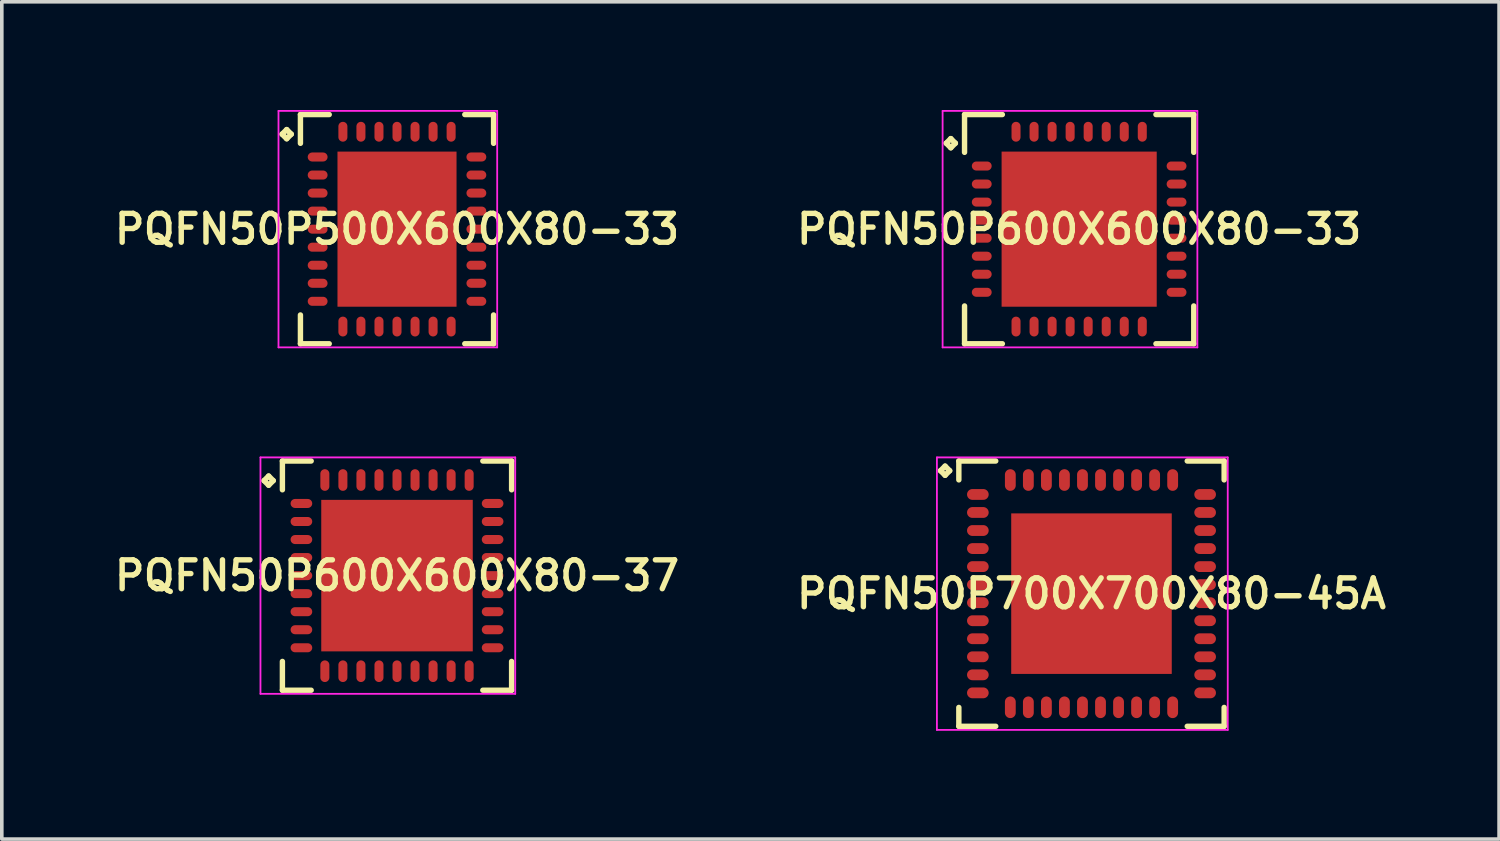
<source format=kicad_pcb>
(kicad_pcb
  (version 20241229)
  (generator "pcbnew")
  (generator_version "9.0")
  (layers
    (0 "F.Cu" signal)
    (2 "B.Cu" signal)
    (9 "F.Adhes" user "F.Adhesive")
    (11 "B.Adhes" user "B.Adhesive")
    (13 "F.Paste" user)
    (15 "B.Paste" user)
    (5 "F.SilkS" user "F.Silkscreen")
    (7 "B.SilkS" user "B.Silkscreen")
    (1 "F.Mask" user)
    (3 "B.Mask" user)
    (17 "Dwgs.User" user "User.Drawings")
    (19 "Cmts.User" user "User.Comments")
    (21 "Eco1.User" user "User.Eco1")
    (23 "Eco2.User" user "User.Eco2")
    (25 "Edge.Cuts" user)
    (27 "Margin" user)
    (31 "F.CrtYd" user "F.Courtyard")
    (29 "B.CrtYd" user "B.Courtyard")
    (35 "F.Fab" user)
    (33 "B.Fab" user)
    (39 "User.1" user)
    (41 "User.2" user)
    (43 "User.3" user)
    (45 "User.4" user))
  (footprint "PQFN50P600X600X80-33"
    (layer "F.Cu")
    (at 26.864 3.302)
    (property "Reference" "PQFN50P600X600X80-33" (at 0 0 0) (layer "F.SilkS") (effects (font (size 0.8 0.8) (thickness 0.15))))
    (attr smd)
    (fp_line (start -3.685 -2.383) (end -3.558 -2.51) (stroke (width 0.15) (type solid)) (layer "F.SilkS"))
    (fp_line (start -3.558 -2.51) (end -3.431 -2.383) (stroke (width 0.15) (type solid)) (layer "F.SilkS"))
    (fp_line (start -3.558 -2.256) (end -3.685 -2.383) (stroke (width 0.15) (type solid)) (layer "F.SilkS"))
    (fp_line (start -3.431 -2.383) (end -3.558 -2.256) (stroke (width 0.15) (type solid)) (layer "F.SilkS"))
    (fp_line (start -3.177 -3.177) (end -2.129 -3.177) (stroke (width 0.15) (type solid)) (layer "F.SilkS"))
    (fp_line (start -3.177 -2.129) (end -3.177 -3.177) (stroke (width 0.15) (type solid)) (layer "F.SilkS"))
    (fp_line (start -3.177 2.129) (end -3.177 3.177) (stroke (width 0.15) (type solid)) (layer "F.SilkS"))
    (fp_line (start -3.177 3.177) (end -2.129 3.177) (stroke (width 0.15) (type solid)) (layer "F.SilkS"))
    (fp_line (start 2.129 -3.177) (end 3.177 -3.177) (stroke (width 0.15) (type solid)) (layer "F.SilkS"))
    (fp_line (start 2.129 3.177) (end 3.177 3.177) (stroke (width 0.15) (type solid)) (layer "F.SilkS"))
    (fp_line (start 3.177 -3.177) (end 3.177 -2.129) (stroke (width 0.15) (type solid)) (layer "F.SilkS"))
    (fp_line (start 3.177 3.177) (end 3.177 2.129) (stroke (width 0.15) (type solid)) (layer "F.SilkS"))
    (fp_line (start -3.785 -3.277) (end 3.277 -3.277) (stroke (width 0.05) (type solid)) (layer "F.CrtYd"))
    (fp_line (start -3.785 3.277) (end -3.785 -3.277) (stroke (width 0.05) (type solid)) (layer "F.CrtYd"))
    (fp_line (start 3.277 -3.277) (end 3.277 3.277) (stroke (width 0.05) (type solid)) (layer "F.CrtYd"))
    (fp_line (start 3.277 3.277) (end -3.785 3.277) (stroke (width 0.05) (type solid)) (layer "F.CrtYd"))
    (pad "1" smd oval (at -2.7 -1.75) (size 0.55 0.25) (layers "F.Cu" "F.Mask" "F.Paste"))
    (pad "2" smd oval (at -2.7 -1.25) (size 0.55 0.25) (layers "F.Cu" "F.Mask" "F.Paste"))
    (pad "3" smd oval (at -2.7 -0.75) (size 0.55 0.25) (layers "F.Cu" "F.Mask" "F.Paste"))
    (pad "4" smd oval (at -2.7 -0.25) (size 0.55 0.25) (layers "F.Cu" "F.Mask" "F.Paste"))
    (pad "5" smd oval (at -2.7 0.25) (size 0.55 0.25) (layers "F.Cu" "F.Mask" "F.Paste"))
    (pad "6" smd oval (at -2.7 0.75) (size 0.55 0.25) (layers "F.Cu" "F.Mask" "F.Paste"))
    (pad "7" smd oval (at -2.7 1.25) (size 0.55 0.25) (layers "F.Cu" "F.Mask" "F.Paste"))
    (pad "8" smd oval (at -2.7 1.75) (size 0.55 0.25) (layers "F.Cu" "F.Mask" "F.Paste"))
    (pad "9" smd oval (at -1.75 2.7) (size 0.25 0.55) (layers "F.Cu" "F.Mask" "F.Paste"))
    (pad "10" smd oval (at -1.25 2.7) (size 0.25 0.55) (layers "F.Cu" "F.Mask" "F.Paste"))
    (pad "11" smd oval (at -0.75 2.7) (size 0.25 0.55) (layers "F.Cu" "F.Mask" "F.Paste"))
    (pad "12" smd oval (at -0.25 2.7) (size 0.25 0.55) (layers "F.Cu" "F.Mask" "F.Paste"))
    (pad "13" smd oval (at 0.25 2.7) (size 0.25 0.55) (layers "F.Cu" "F.Mask" "F.Paste"))
    (pad "14" smd oval (at 0.75 2.7) (size 0.25 0.55) (layers "F.Cu" "F.Mask" "F.Paste"))
    (pad "15" smd oval (at 1.25 2.7) (size 0.25 0.55) (layers "F.Cu" "F.Mask" "F.Paste"))
    (pad "16" smd oval (at 1.75 2.7) (size 0.25 0.55) (layers "F.Cu" "F.Mask" "F.Paste"))
    (pad "17" smd oval (at 2.7 1.75) (size 0.55 0.25) (layers "F.Cu" "F.Mask" "F.Paste"))
    (pad "18" smd oval (at 2.7 1.25) (size 0.55 0.25) (layers "F.Cu" "F.Mask" "F.Paste"))
    (pad "19" smd oval (at 2.7 0.75) (size 0.55 0.25) (layers "F.Cu" "F.Mask" "F.Paste"))
    (pad "20" smd oval (at 2.7 0.25) (size 0.55 0.25) (layers "F.Cu" "F.Mask" "F.Paste"))
    (pad "21" smd oval (at 2.7 -0.25) (size 0.55 0.25) (layers "F.Cu" "F.Mask" "F.Paste"))
    (pad "22" smd oval (at 2.7 -0.75) (size 0.55 0.25) (layers "F.Cu" "F.Mask" "F.Paste"))
    (pad "23" smd oval (at 2.7 -1.25) (size 0.55 0.25) (layers "F.Cu" "F.Mask" "F.Paste"))
    (pad "24" smd oval (at 2.7 -1.75) (size 0.55 0.25) (layers "F.Cu" "F.Mask" "F.Paste"))
    (pad "25" smd oval (at 1.75 -2.7) (size 0.25 0.55) (layers "F.Cu" "F.Mask" "F.Paste"))
    (pad "26" smd oval (at 1.25 -2.7) (size 0.25 0.55) (layers "F.Cu" "F.Mask" "F.Paste"))
    (pad "27" smd oval (at 0.75 -2.7) (size 0.25 0.55) (layers "F.Cu" "F.Mask" "F.Paste"))
    (pad "28" smd oval (at 0.25 -2.7) (size 0.25 0.55) (layers "F.Cu" "F.Mask" "F.Paste"))
    (pad "29" smd oval (at -0.25 -2.7) (size 0.25 0.55) (layers "F.Cu" "F.Mask" "F.Paste"))
    (pad "30" smd oval (at -0.75 -2.7) (size 0.25 0.55) (layers "F.Cu" "F.Mask" "F.Paste"))
    (pad "31" smd oval (at -1.25 -2.7) (size 0.25 0.55) (layers "F.Cu" "F.Mask" "F.Paste"))
    (pad "32" smd oval (at -1.75 -2.7) (size 0.25 0.55) (layers "F.Cu" "F.Mask" "F.Paste"))
    (pad "33" smd rect (at 0 0) (size 4.3 4.3) (layers "F.Cu" "F.Mask" "F.Paste")))
  (footprint "PQFN50P700X700X80-45A"
    (layer "F.Cu")
    (at 27.206 13.406)
    (property "Reference" "PQFN50P700X700X80-45A" (at 0 0 0) (layer "F.SilkS") (effects (font (size 0.8 0.8) (thickness 0.15))))
    (attr smd)
    (fp_line (start -4.185 -3.408) (end -4.058 -3.535) (stroke (width 0.15) (type solid)) (layer "F.SilkS"))
    (fp_line (start -4.058 -3.535) (end -3.931 -3.408) (stroke (width 0.15) (type solid)) (layer "F.SilkS"))
    (fp_line (start -4.058 -3.281) (end -4.185 -3.408) (stroke (width 0.15) (type solid)) (layer "F.SilkS"))
    (fp_line (start -3.931 -3.408) (end -4.058 -3.281) (stroke (width 0.15) (type solid)) (layer "F.SilkS"))
    (fp_line (start -3.677 -3.677) (end -2.654 -3.677) (stroke (width 0.15) (type solid)) (layer "F.SilkS"))
    (fp_line (start -3.677 -3.154) (end -3.677 -3.677) (stroke (width 0.15) (type solid)) (layer "F.SilkS"))
    (fp_line (start -3.677 3.154) (end -3.677 3.677) (stroke (width 0.15) (type solid)) (layer "F.SilkS"))
    (fp_line (start -3.677 3.677) (end -2.654 3.677) (stroke (width 0.15) (type solid)) (layer "F.SilkS"))
    (fp_line (start 2.654 -3.677) (end 3.677 -3.677) (stroke (width 0.15) (type solid)) (layer "F.SilkS"))
    (fp_line (start 2.654 3.677) (end 3.677 3.677) (stroke (width 0.15) (type solid)) (layer "F.SilkS"))
    (fp_line (start 3.677 -3.677) (end 3.677 -3.154) (stroke (width 0.15) (type solid)) (layer "F.SilkS"))
    (fp_line (start 3.677 3.677) (end 3.677 3.154) (stroke (width 0.15) (type solid)) (layer "F.SilkS"))
    (fp_line (start -4.285 -3.777) (end 3.777 -3.777) (stroke (width 0.05) (type solid)) (layer "F.CrtYd"))
    (fp_line (start -4.285 3.777) (end -4.285 -3.777) (stroke (width 0.05) (type solid)) (layer "F.CrtYd"))
    (fp_line (start 3.777 -3.777) (end 3.777 3.777) (stroke (width 0.05) (type solid)) (layer "F.CrtYd"))
    (fp_line (start 3.777 3.777) (end -4.285 3.777) (stroke (width 0.05) (type solid)) (layer "F.CrtYd"))
    (pad "1" smd oval (at -3.15 -2.75) (size 0.6 0.3) (layers "F.Cu" "F.Mask" "F.Paste"))
    (pad "2" smd oval (at -3.15 -2.25) (size 0.6 0.3) (layers "F.Cu" "F.Mask" "F.Paste"))
    (pad "3" smd oval (at -3.15 -1.75) (size 0.6 0.3) (layers "F.Cu" "F.Mask" "F.Paste"))
    (pad "4" smd oval (at -3.15 -1.25) (size 0.6 0.3) (layers "F.Cu" "F.Mask" "F.Paste"))
    (pad "5" smd oval (at -3.15 -0.75) (size 0.6 0.3) (layers "F.Cu" "F.Mask" "F.Paste"))
    (pad "6" smd oval (at -3.15 -0.25) (size 0.6 0.3) (layers "F.Cu" "F.Mask" "F.Paste"))
    (pad "7" smd oval (at -3.15 0.25) (size 0.6 0.3) (layers "F.Cu" "F.Mask" "F.Paste"))
    (pad "8" smd oval (at -3.15 0.75) (size 0.6 0.3) (layers "F.Cu" "F.Mask" "F.Paste"))
    (pad "9" smd oval (at -3.15 1.25) (size 0.6 0.3) (layers "F.Cu" "F.Mask" "F.Paste"))
    (pad "10" smd oval (at -3.15 1.75) (size 0.6 0.3) (layers "F.Cu" "F.Mask" "F.Paste"))
    (pad "11" smd oval (at -3.15 2.25) (size 0.6 0.3) (layers "F.Cu" "F.Mask" "F.Paste"))
    (pad "12" smd oval (at -3.15 2.75) (size 0.6 0.3) (layers "F.Cu" "F.Mask" "F.Paste"))
    (pad "13" smd oval (at -2.25 3.15) (size 0.3 0.6) (layers "F.Cu" "F.Mask" "F.Paste"))
    (pad "14" smd oval (at -1.75 3.15) (size 0.3 0.6) (layers "F.Cu" "F.Mask" "F.Paste"))
    (pad "15" smd oval (at -1.25 3.15) (size 0.3 0.6) (layers "F.Cu" "F.Mask" "F.Paste"))
    (pad "16" smd oval (at -0.75 3.15) (size 0.3 0.6) (layers "F.Cu" "F.Mask" "F.Paste"))
    (pad "17" smd oval (at -0.25 3.15) (size 0.3 0.6) (layers "F.Cu" "F.Mask" "F.Paste"))
    (pad "18" smd oval (at 0.25 3.15) (size 0.3 0.6) (layers "F.Cu" "F.Mask" "F.Paste"))
    (pad "19" smd oval (at 0.75 3.15) (size 0.3 0.6) (layers "F.Cu" "F.Mask" "F.Paste"))
    (pad "20" smd oval (at 1.25 3.15) (size 0.3 0.6) (layers "F.Cu" "F.Mask" "F.Paste"))
    (pad "21" smd oval (at 1.75 3.15) (size 0.3 0.6) (layers "F.Cu" "F.Mask" "F.Paste"))
    (pad "22" smd oval (at 2.25 3.15) (size 0.3 0.6) (layers "F.Cu" "F.Mask" "F.Paste"))
    (pad "23" smd oval (at 3.15 2.75) (size 0.6 0.3) (layers "F.Cu" "F.Mask" "F.Paste"))
    (pad "24" smd oval (at 3.15 2.25) (size 0.6 0.3) (layers "F.Cu" "F.Mask" "F.Paste"))
    (pad "25" smd oval (at 3.15 1.75) (size 0.6 0.3) (layers "F.Cu" "F.Mask" "F.Paste"))
    (pad "26" smd oval (at 3.15 1.25) (size 0.6 0.3) (layers "F.Cu" "F.Mask" "F.Paste"))
    (pad "27" smd oval (at 3.15 0.75) (size 0.6 0.3) (layers "F.Cu" "F.Mask" "F.Paste"))
    (pad "28" smd oval (at 3.15 0.25) (size 0.6 0.3) (layers "F.Cu" "F.Mask" "F.Paste"))
    (pad "29" smd oval (at 3.15 -0.25) (size 0.6 0.3) (layers "F.Cu" "F.Mask" "F.Paste"))
    (pad "30" smd oval (at 3.15 -0.75) (size 0.6 0.3) (layers "F.Cu" "F.Mask" "F.Paste"))
    (pad "31" smd oval (at 3.15 -1.25) (size 0.6 0.3) (layers "F.Cu" "F.Mask" "F.Paste"))
    (pad "32" smd oval (at 3.15 -1.75) (size 0.6 0.3) (layers "F.Cu" "F.Mask" "F.Paste"))
    (pad "33" smd oval (at 3.15 -2.25) (size 0.6 0.3) (layers "F.Cu" "F.Mask" "F.Paste"))
    (pad "34" smd oval (at 3.15 -2.75) (size 0.6 0.3) (layers "F.Cu" "F.Mask" "F.Paste"))
    (pad "35" smd oval (at 2.25 -3.15) (size 0.3 0.6) (layers "F.Cu" "F.Mask" "F.Paste"))
    (pad "36" smd oval (at 1.75 -3.15) (size 0.3 0.6) (layers "F.Cu" "F.Mask" "F.Paste"))
    (pad "37" smd oval (at 1.25 -3.15) (size 0.3 0.6) (layers "F.Cu" "F.Mask" "F.Paste"))
    (pad "38" smd oval (at 0.75 -3.15) (size 0.3 0.6) (layers "F.Cu" "F.Mask" "F.Paste"))
    (pad "39" smd oval (at 0.25 -3.15) (size 0.3 0.6) (layers "F.Cu" "F.Mask" "F.Paste"))
    (pad "40" smd oval (at -0.25 -3.15) (size 0.3 0.6) (layers "F.Cu" "F.Mask" "F.Paste"))
    (pad "41" smd oval (at -0.75 -3.15) (size 0.3 0.6) (layers "F.Cu" "F.Mask" "F.Paste"))
    (pad "42" smd oval (at -1.25 -3.15) (size 0.3 0.6) (layers "F.Cu" "F.Mask" "F.Paste"))
    (pad "43" smd oval (at -1.75 -3.15) (size 0.3 0.6) (layers "F.Cu" "F.Mask" "F.Paste"))
    (pad "44" smd oval (at -2.25 -3.15) (size 0.3 0.6) (layers "F.Cu" "F.Mask" "F.Paste"))
    (pad "45" smd rect (at 0 0) (size 4.45 4.45) (layers "F.Cu" "F.Mask" "F.Paste")))
  (footprint "PQFN50P600X600X80-37"
    (layer "F.Cu")
    (at 7.955 12.906)
    (property "Reference" "PQFN50P600X600X80-37" (at 0 0 0) (layer "F.SilkS") (effects (font (size 0.8 0.8) (thickness 0.15))))
    (attr smd)
    (fp_line (start -3.685 -2.633) (end -3.558 -2.76) (stroke (width 0.15) (type solid)) (layer "F.SilkS"))
    (fp_line (start -3.558 -2.76) (end -3.431 -2.633) (stroke (width 0.15) (type solid)) (layer "F.SilkS"))
    (fp_line (start -3.558 -2.506) (end -3.685 -2.633) (stroke (width 0.15) (type solid)) (layer "F.SilkS"))
    (fp_line (start -3.431 -2.633) (end -3.558 -2.506) (stroke (width 0.15) (type solid)) (layer "F.SilkS"))
    (fp_line (start -3.177 -3.177) (end -2.379 -3.177) (stroke (width 0.15) (type solid)) (layer "F.SilkS"))
    (fp_line (start -3.177 -2.379) (end -3.177 -3.177) (stroke (width 0.15) (type solid)) (layer "F.SilkS"))
    (fp_line (start -3.177 2.379) (end -3.177 3.177) (stroke (width 0.15) (type solid)) (layer "F.SilkS"))
    (fp_line (start -3.177 3.177) (end -2.379 3.177) (stroke (width 0.15) (type solid)) (layer "F.SilkS"))
    (fp_line (start 2.379 -3.177) (end 3.177 -3.177) (stroke (width 0.15) (type solid)) (layer "F.SilkS"))
    (fp_line (start 2.379 3.177) (end 3.177 3.177) (stroke (width 0.15) (type solid)) (layer "F.SilkS"))
    (fp_line (start 3.177 -3.177) (end 3.177 -2.379) (stroke (width 0.15) (type solid)) (layer "F.SilkS"))
    (fp_line (start 3.177 3.177) (end 3.177 2.379) (stroke (width 0.15) (type solid)) (layer "F.SilkS"))
    (fp_line (start -3.785 -3.277) (end 3.277 -3.277) (stroke (width 0.05) (type solid)) (layer "F.CrtYd"))
    (fp_line (start -3.785 3.277) (end -3.785 -3.277) (stroke (width 0.05) (type solid)) (layer "F.CrtYd"))
    (fp_line (start 3.277 -3.277) (end 3.277 3.277) (stroke (width 0.05) (type solid)) (layer "F.CrtYd"))
    (fp_line (start 3.277 3.277) (end -3.785 3.277) (stroke (width 0.05) (type solid)) (layer "F.CrtYd"))
    (pad "1" smd oval (at -2.65 -2) (size 0.6 0.25) (layers "F.Cu" "F.Mask" "F.Paste"))
    (pad "2" smd oval (at -2.65 -1.5) (size 0.6 0.25) (layers "F.Cu" "F.Mask" "F.Paste"))
    (pad "3" smd oval (at -2.65 -1) (size 0.6 0.25) (layers "F.Cu" "F.Mask" "F.Paste"))
    (pad "4" smd oval (at -2.65 -0.5) (size 0.6 0.25) (layers "F.Cu" "F.Mask" "F.Paste"))
    (pad "5" smd oval (at -2.65 0) (size 0.6 0.25) (layers "F.Cu" "F.Mask" "F.Paste"))
    (pad "6" smd oval (at -2.65 0.5) (size 0.6 0.25) (layers "F.Cu" "F.Mask" "F.Paste"))
    (pad "7" smd oval (at -2.65 1) (size 0.6 0.25) (layers "F.Cu" "F.Mask" "F.Paste"))
    (pad "8" smd oval (at -2.65 1.5) (size 0.6 0.25) (layers "F.Cu" "F.Mask" "F.Paste"))
    (pad "9" smd oval (at -2.65 2) (size 0.6 0.25) (layers "F.Cu" "F.Mask" "F.Paste"))
    (pad "10" smd oval (at -2 2.65) (size 0.25 0.6) (layers "F.Cu" "F.Mask" "F.Paste"))
    (pad "11" smd oval (at -1.5 2.65) (size 0.25 0.6) (layers "F.Cu" "F.Mask" "F.Paste"))
    (pad "12" smd oval (at -1 2.65) (size 0.25 0.6) (layers "F.Cu" "F.Mask" "F.Paste"))
    (pad "13" smd oval (at -0.5 2.65) (size 0.25 0.6) (layers "F.Cu" "F.Mask" "F.Paste"))
    (pad "14" smd oval (at 0 2.65) (size 0.25 0.6) (layers "F.Cu" "F.Mask" "F.Paste"))
    (pad "15" smd oval (at 0.5 2.65) (size 0.25 0.6) (layers "F.Cu" "F.Mask" "F.Paste"))
    (pad "16" smd oval (at 1 2.65) (size 0.25 0.6) (layers "F.Cu" "F.Mask" "F.Paste"))
    (pad "17" smd oval (at 1.5 2.65) (size 0.25 0.6) (layers "F.Cu" "F.Mask" "F.Paste"))
    (pad "18" smd oval (at 2 2.65) (size 0.25 0.6) (layers "F.Cu" "F.Mask" "F.Paste"))
    (pad "19" smd oval (at 2.65 2) (size 0.6 0.25) (layers "F.Cu" "F.Mask" "F.Paste"))
    (pad "20" smd oval (at 2.65 1.5) (size 0.6 0.25) (layers "F.Cu" "F.Mask" "F.Paste"))
    (pad "21" smd oval (at 2.65 1) (size 0.6 0.25) (layers "F.Cu" "F.Mask" "F.Paste"))
    (pad "22" smd oval (at 2.65 0.5) (size 0.6 0.25) (layers "F.Cu" "F.Mask" "F.Paste"))
    (pad "23" smd oval (at 2.65 0) (size 0.6 0.25) (layers "F.Cu" "F.Mask" "F.Paste"))
    (pad "24" smd oval (at 2.65 -0.5) (size 0.6 0.25) (layers "F.Cu" "F.Mask" "F.Paste"))
    (pad "25" smd oval (at 2.65 -1) (size 0.6 0.25) (layers "F.Cu" "F.Mask" "F.Paste"))
    (pad "26" smd oval (at 2.65 -1.5) (size 0.6 0.25) (layers "F.Cu" "F.Mask" "F.Paste"))
    (pad "27" smd oval (at 2.65 -2) (size 0.6 0.25) (layers "F.Cu" "F.Mask" "F.Paste"))
    (pad "28" smd oval (at 2 -2.65) (size 0.25 0.6) (layers "F.Cu" "F.Mask" "F.Paste"))
    (pad "29" smd oval (at 1.5 -2.65) (size 0.25 0.6) (layers "F.Cu" "F.Mask" "F.Paste"))
    (pad "30" smd oval (at 1 -2.65) (size 0.25 0.6) (layers "F.Cu" "F.Mask" "F.Paste"))
    (pad "31" smd oval (at 0.5 -2.65) (size 0.25 0.6) (layers "F.Cu" "F.Mask" "F.Paste"))
    (pad "32" smd oval (at 0 -2.65) (size 0.25 0.6) (layers "F.Cu" "F.Mask" "F.Paste"))
    (pad "33" smd oval (at -0.5 -2.65) (size 0.25 0.6) (layers "F.Cu" "F.Mask" "F.Paste"))
    (pad "34" smd oval (at -1 -2.65) (size 0.25 0.6) (layers "F.Cu" "F.Mask" "F.Paste"))
    (pad "35" smd oval (at -1.5 -2.65) (size 0.25 0.6) (layers "F.Cu" "F.Mask" "F.Paste"))
    (pad "36" smd oval (at -2 -2.65) (size 0.25 0.6) (layers "F.Cu" "F.Mask" "F.Paste"))
    (pad "37" smd rect (at 0 0) (size 4.2 4.2) (layers "F.Cu" "F.Mask" "F.Paste")))
  (footprint "PQFN50P500X600X80-33"
    (layer "F.Cu")
    (at 7.955 3.302)
    (property "Reference" "PQFN50P500X600X80-33" (at 0 0 0) (layer "F.SilkS") (effects (font (size 0.8 0.8) (thickness 0.15))))
    (attr smd)
    (fp_line (start -3.185 -2.633) (end -3.058 -2.76) (stroke (width 0.15) (type solid)) (layer "F.SilkS"))
    (fp_line (start -3.058 -2.76) (end -2.931 -2.633) (stroke (width 0.15) (type solid)) (layer "F.SilkS"))
    (fp_line (start -3.058 -2.506) (end -3.185 -2.633) (stroke (width 0.15) (type solid)) (layer "F.SilkS"))
    (fp_line (start -2.931 -2.633) (end -3.058 -2.506) (stroke (width 0.15) (type solid)) (layer "F.SilkS"))
    (fp_line (start -2.677 -3.177) (end -1.879 -3.177) (stroke (width 0.15) (type solid)) (layer "F.SilkS"))
    (fp_line (start -2.677 -2.379) (end -2.677 -3.177) (stroke (width 0.15) (type solid)) (layer "F.SilkS"))
    (fp_line (start -2.677 2.379) (end -2.677 3.177) (stroke (width 0.15) (type solid)) (layer "F.SilkS"))
    (fp_line (start -2.677 3.177) (end -1.879 3.177) (stroke (width 0.15) (type solid)) (layer "F.SilkS"))
    (fp_line (start 1.879 -3.177) (end 2.677 -3.177) (stroke (width 0.15) (type solid)) (layer "F.SilkS"))
    (fp_line (start 1.879 3.177) (end 2.677 3.177) (stroke (width 0.15) (type solid)) (layer "F.SilkS"))
    (fp_line (start 2.677 -3.177) (end 2.677 -2.379) (stroke (width 0.15) (type solid)) (layer "F.SilkS"))
    (fp_line (start 2.677 3.177) (end 2.677 2.379) (stroke (width 0.15) (type solid)) (layer "F.SilkS"))
    (fp_line (start -3.285 -3.277) (end 2.777 -3.277) (stroke (width 0.05) (type solid)) (layer "F.CrtYd"))
    (fp_line (start -3.285 3.277) (end -3.285 -3.277) (stroke (width 0.05) (type solid)) (layer "F.CrtYd"))
    (fp_line (start 2.777 -3.277) (end 2.777 3.277) (stroke (width 0.05) (type solid)) (layer "F.CrtYd"))
    (fp_line (start 2.777 3.277) (end -3.285 3.277) (stroke (width 0.05) (type solid)) (layer "F.CrtYd"))
    (pad "1" smd oval (at -2.2 -2) (size 0.55 0.25) (layers "F.Cu" "F.Mask" "F.Paste"))
    (pad "2" smd oval (at -2.2 -1.5) (size 0.55 0.25) (layers "F.Cu" "F.Mask" "F.Paste"))
    (pad "3" smd oval (at -2.2 -1) (size 0.55 0.25) (layers "F.Cu" "F.Mask" "F.Paste"))
    (pad "4" smd oval (at -2.2 -0.5) (size 0.55 0.25) (layers "F.Cu" "F.Mask" "F.Paste"))
    (pad "5" smd oval (at -2.2 0) (size 0.55 0.25) (layers "F.Cu" "F.Mask" "F.Paste"))
    (pad "6" smd oval (at -2.2 0.5) (size 0.55 0.25) (layers "F.Cu" "F.Mask" "F.Paste"))
    (pad "7" smd oval (at -2.2 1) (size 0.55 0.25) (layers "F.Cu" "F.Mask" "F.Paste"))
    (pad "8" smd oval (at -2.2 1.5) (size 0.55 0.25) (layers "F.Cu" "F.Mask" "F.Paste"))
    (pad "9" smd oval (at -2.2 2) (size 0.55 0.25) (layers "F.Cu" "F.Mask" "F.Paste"))
    (pad "10" smd oval (at -1.5 2.7) (size 0.25 0.55) (layers "F.Cu" "F.Mask" "F.Paste"))
    (pad "11" smd oval (at -1 2.7) (size 0.25 0.55) (layers "F.Cu" "F.Mask" "F.Paste"))
    (pad "12" smd oval (at -0.5 2.7) (size 0.25 0.55) (layers "F.Cu" "F.Mask" "F.Paste"))
    (pad "13" smd oval (at 0 2.7) (size 0.25 0.55) (layers "F.Cu" "F.Mask" "F.Paste"))
    (pad "14" smd oval (at 0.5 2.7) (size 0.25 0.55) (layers "F.Cu" "F.Mask" "F.Paste"))
    (pad "15" smd oval (at 1 2.7) (size 0.25 0.55) (layers "F.Cu" "F.Mask" "F.Paste"))
    (pad "16" smd oval (at 1.5 2.7) (size 0.25 0.55) (layers "F.Cu" "F.Mask" "F.Paste"))
    (pad "17" smd oval (at 2.2 2) (size 0.55 0.25) (layers "F.Cu" "F.Mask" "F.Paste"))
    (pad "18" smd oval (at 2.2 1.5) (size 0.55 0.25) (layers "F.Cu" "F.Mask" "F.Paste"))
    (pad "19" smd oval (at 2.2 1) (size 0.55 0.25) (layers "F.Cu" "F.Mask" "F.Paste"))
    (pad "20" smd oval (at 2.2 0.5) (size 0.55 0.25) (layers "F.Cu" "F.Mask" "F.Paste"))
    (pad "21" smd oval (at 2.2 0) (size 0.55 0.25) (layers "F.Cu" "F.Mask" "F.Paste"))
    (pad "22" smd oval (at 2.2 -0.5) (size 0.55 0.25) (layers "F.Cu" "F.Mask" "F.Paste"))
    (pad "23" smd oval (at 2.2 -1) (size 0.55 0.25) (layers "F.Cu" "F.Mask" "F.Paste"))
    (pad "24" smd oval (at 2.2 -1.5) (size 0.55 0.25) (layers "F.Cu" "F.Mask" "F.Paste"))
    (pad "25" smd oval (at 2.2 -2) (size 0.55 0.25) (layers "F.Cu" "F.Mask" "F.Paste"))
    (pad "26" smd oval (at 1.5 -2.7) (size 0.25 0.55) (layers "F.Cu" "F.Mask" "F.Paste"))
    (pad "27" smd oval (at 1 -2.7) (size 0.25 0.55) (layers "F.Cu" "F.Mask" "F.Paste"))
    (pad "28" smd oval (at 0.5 -2.7) (size 0.25 0.55) (layers "F.Cu" "F.Mask" "F.Paste"))
    (pad "29" smd oval (at 0 -2.7) (size 0.25 0.55) (layers "F.Cu" "F.Mask" "F.Paste"))
    (pad "30" smd oval (at -0.5 -2.7) (size 0.25 0.55) (layers "F.Cu" "F.Mask" "F.Paste"))
    (pad "31" smd oval (at -1 -2.7) (size 0.25 0.55) (layers "F.Cu" "F.Mask" "F.Paste"))
    (pad "32" smd oval (at -1.5 -2.7) (size 0.25 0.55) (layers "F.Cu" "F.Mask" "F.Paste"))
    (pad "33" smd rect (at 0 0) (size 3.3 4.3) (layers "F.Cu" "F.Mask" "F.Paste")))
  (gr_rect
    (start -3 -3)
    (end 38.504 20.208)
    (stroke (width 0.1) (type default))
    (fill no)
    (layer "Edge.Cuts")))
</source>
